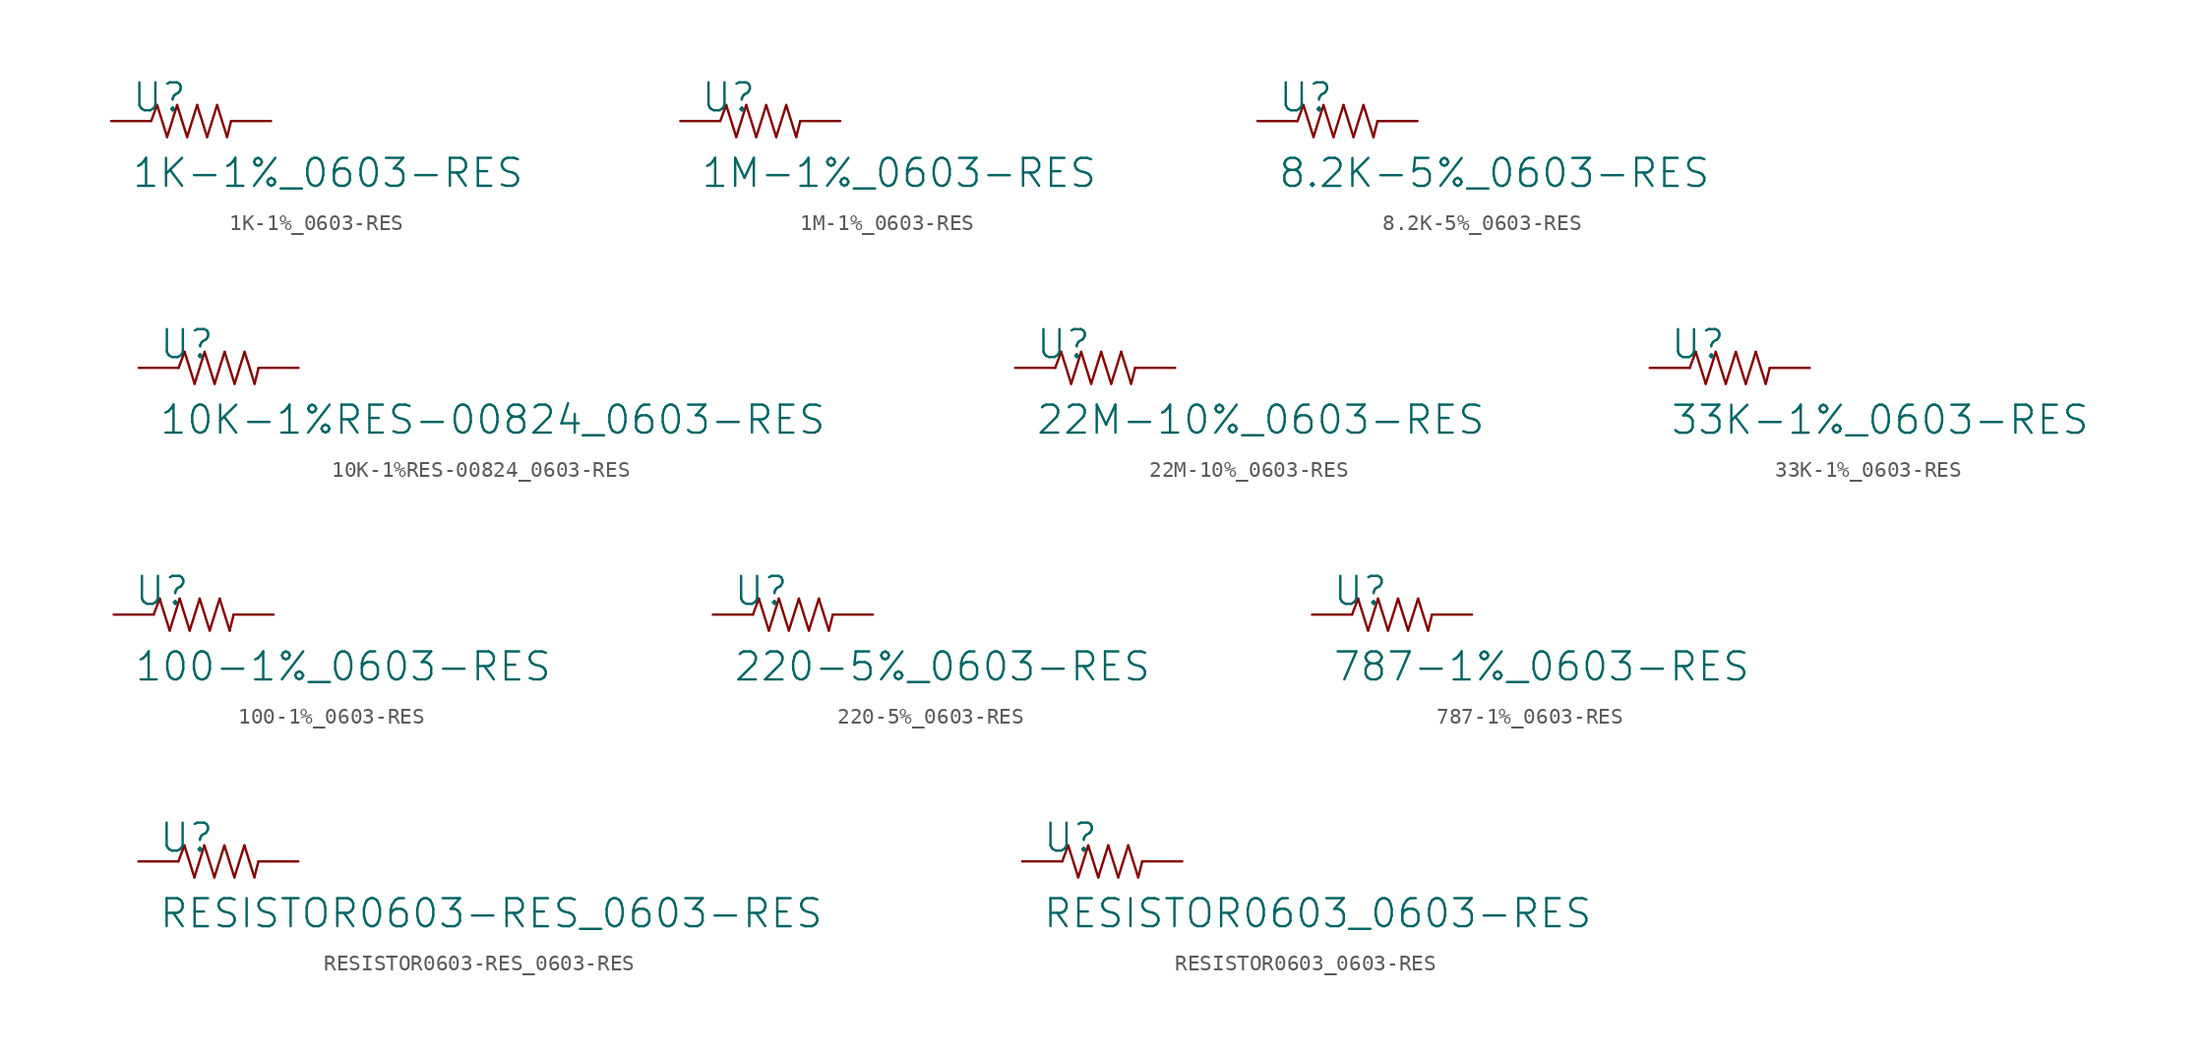
<source format=kicad_sym>
(kicad_symbol_lib
  (version 20211014)
  (generator kicad_symbol_editor)
  (symbol "1K-1%_0603-RES"
    (pin_names
      (offset 2.54))
    (property "Reference" "U"
      (at -3.81 1.499 0)
      (effects (font (size 1.778 1.778)) (justify left)))
    (property "Value" "1K-1%_0603-RES"
      (at -3.81 -3.302 0)
      (effects (font (size 1.778 1.778)) (justify left)))
    (property "Footprint" ""
      (at 0 0 0)
      (effects (font (size 1.524 1.524))))
    (property "Datasheet" ""
      (at 0 0 0)
      (effects (font (size 1.524 1.524))))
    (symbol "1K-1%_0603-RES_0_0"
      (polyline (pts (xy -2.54 0) (xy -2.159 1.016)) (stroke (width 0.152) (type default) (color 0 0 0 0)) (fill (type none)))
      (polyline (pts (xy -2.159 1.016) (xy -1.524 -1.016)) (stroke (width 0.152) (type default) (color 0 0 0 0)) (fill (type none)))
      (polyline (pts (xy -1.524 -1.016) (xy -0.889 1.016)) (stroke (width 0.152) (type default) (color 0 0 0 0)) (fill (type none)))
      (polyline (pts (xy -0.889 1.016) (xy -0.254 -1.016)) (stroke (width 0.152) (type default) (color 0 0 0 0)) (fill (type none)))
      (polyline (pts (xy -0.254 -1.016) (xy 0.381 1.016)) (stroke (width 0.152) (type default) (color 0 0 0 0)) (fill (type none)))
      (polyline (pts (xy 0.381 1.016) (xy 1.016 -1.016)) (stroke (width 0.152) (type default) (color 0 0 0 0)) (fill (type none)))
      (polyline (pts (xy 1.016 -1.016) (xy 1.651 1.016)) (stroke (width 0.152) (type default) (color 0 0 0 0)) (fill (type none)))
      (polyline (pts (xy 1.651 1.016) (xy 2.286 -1.016)) (stroke (width 0.152) (type default) (color 0 0 0 0)) (fill (type none)))
      (polyline (pts (xy 2.286 -1.016) (xy 2.54 0)) (stroke (width 0.152) (type default) (color 0 0 0 0)) (fill (type none)))
      (pin passive line (at -5.08 0 0) (length 2.54) (name "1" (effects (font (size 0 0)))) (number "1" (effects (font (size 0 0)))))
      (pin passive line (at 5.08 0 180) (length 2.54) (name "2" (effects (font (size 0 0)))) (number "2" (effects (font (size 0 0)))))))
  (symbol "1M-1%_0603-RES"
    (pin_names
      (offset 2.54))
    (property "Reference" "U"
      (at -3.81 1.499 0)
      (effects (font (size 1.778 1.778)) (justify left)))
    (property "Value" "1M-1%_0603-RES"
      (at -3.81 -3.302 0)
      (effects (font (size 1.778 1.778)) (justify left)))
    (property "Footprint" ""
      (at 0 0 0)
      (effects (font (size 1.524 1.524))))
    (property "Datasheet" ""
      (at 0 0 0)
      (effects (font (size 1.524 1.524))))
    (symbol "1M-1%_0603-RES_0_0"
      (polyline (pts (xy -2.54 0) (xy -2.159 1.016)) (stroke (width 0.152) (type default) (color 0 0 0 0)) (fill (type none)))
      (polyline (pts (xy -2.159 1.016) (xy -1.524 -1.016)) (stroke (width 0.152) (type default) (color 0 0 0 0)) (fill (type none)))
      (polyline (pts (xy -1.524 -1.016) (xy -0.889 1.016)) (stroke (width 0.152) (type default) (color 0 0 0 0)) (fill (type none)))
      (polyline (pts (xy -0.889 1.016) (xy -0.254 -1.016)) (stroke (width 0.152) (type default) (color 0 0 0 0)) (fill (type none)))
      (polyline (pts (xy -0.254 -1.016) (xy 0.381 1.016)) (stroke (width 0.152) (type default) (color 0 0 0 0)) (fill (type none)))
      (polyline (pts (xy 0.381 1.016) (xy 1.016 -1.016)) (stroke (width 0.152) (type default) (color 0 0 0 0)) (fill (type none)))
      (polyline (pts (xy 1.016 -1.016) (xy 1.651 1.016)) (stroke (width 0.152) (type default) (color 0 0 0 0)) (fill (type none)))
      (polyline (pts (xy 1.651 1.016) (xy 2.286 -1.016)) (stroke (width 0.152) (type default) (color 0 0 0 0)) (fill (type none)))
      (polyline (pts (xy 2.286 -1.016) (xy 2.54 0)) (stroke (width 0.152) (type default) (color 0 0 0 0)) (fill (type none)))
      (pin passive line (at -5.08 0 0) (length 2.54) (name "1" (effects (font (size 0 0)))) (number "1" (effects (font (size 0 0)))))
      (pin passive line (at 5.08 0 180) (length 2.54) (name "2" (effects (font (size 0 0)))) (number "2" (effects (font (size 0 0)))))))
  (symbol "8.2K-5%_0603-RES"
    (pin_names
      (offset 2.54))
    (property "Reference" "U"
      (at -3.81 1.499 0)
      (effects (font (size 1.778 1.778)) (justify left)))
    (property "Value" "8.2K-5%_0603-RES"
      (at -3.81 -3.302 0)
      (effects (font (size 1.778 1.778)) (justify left)))
    (property "Footprint" ""
      (at 0 0 0)
      (effects (font (size 1.524 1.524))))
    (property "Datasheet" ""
      (at 0 0 0)
      (effects (font (size 1.524 1.524))))
    (symbol "8.2K-5%_0603-RES_0_0"
      (polyline (pts (xy -2.54 0) (xy -2.159 1.016)) (stroke (width 0.152) (type default) (color 0 0 0 0)) (fill (type none)))
      (polyline (pts (xy -2.159 1.016) (xy -1.524 -1.016)) (stroke (width 0.152) (type default) (color 0 0 0 0)) (fill (type none)))
      (polyline (pts (xy -1.524 -1.016) (xy -0.889 1.016)) (stroke (width 0.152) (type default) (color 0 0 0 0)) (fill (type none)))
      (polyline (pts (xy -0.889 1.016) (xy -0.254 -1.016)) (stroke (width 0.152) (type default) (color 0 0 0 0)) (fill (type none)))
      (polyline (pts (xy -0.254 -1.016) (xy 0.381 1.016)) (stroke (width 0.152) (type default) (color 0 0 0 0)) (fill (type none)))
      (polyline (pts (xy 0.381 1.016) (xy 1.016 -1.016)) (stroke (width 0.152) (type default) (color 0 0 0 0)) (fill (type none)))
      (polyline (pts (xy 1.016 -1.016) (xy 1.651 1.016)) (stroke (width 0.152) (type default) (color 0 0 0 0)) (fill (type none)))
      (polyline (pts (xy 1.651 1.016) (xy 2.286 -1.016)) (stroke (width 0.152) (type default) (color 0 0 0 0)) (fill (type none)))
      (polyline (pts (xy 2.286 -1.016) (xy 2.54 0)) (stroke (width 0.152) (type default) (color 0 0 0 0)) (fill (type none)))
      (pin passive line (at -5.08 0 0) (length 2.54) (name "1" (effects (font (size 0 0)))) (number "1" (effects (font (size 0 0)))))
      (pin passive line (at 5.08 0 180) (length 2.54) (name "2" (effects (font (size 0 0)))) (number "2" (effects (font (size 0 0)))))))
  (symbol "10K-1%RES-00824_0603-RES"
    (pin_names
      (offset 2.54))
    (property "Reference" "U"
      (at -3.81 1.499 0)
      (effects (font (size 1.778 1.778)) (justify left)))
    (property "Value" "10K-1%RES-00824_0603-RES"
      (at -3.81 -3.302 0)
      (effects (font (size 1.778 1.778)) (justify left)))
    (property "Footprint" ""
      (at 0 0 0)
      (effects (font (size 1.524 1.524))))
    (property "Datasheet" ""
      (at 0 0 0)
      (effects (font (size 1.524 1.524))))
    (symbol "10K-1%RES-00824_0603-RES_0_0"
      (polyline (pts (xy -2.54 0) (xy -2.159 1.016)) (stroke (width 0.152) (type default) (color 0 0 0 0)) (fill (type none)))
      (polyline (pts (xy -2.159 1.016) (xy -1.524 -1.016)) (stroke (width 0.152) (type default) (color 0 0 0 0)) (fill (type none)))
      (polyline (pts (xy -1.524 -1.016) (xy -0.889 1.016)) (stroke (width 0.152) (type default) (color 0 0 0 0)) (fill (type none)))
      (polyline (pts (xy -0.889 1.016) (xy -0.254 -1.016)) (stroke (width 0.152) (type default) (color 0 0 0 0)) (fill (type none)))
      (polyline (pts (xy -0.254 -1.016) (xy 0.381 1.016)) (stroke (width 0.152) (type default) (color 0 0 0 0)) (fill (type none)))
      (polyline (pts (xy 0.381 1.016) (xy 1.016 -1.016)) (stroke (width 0.152) (type default) (color 0 0 0 0)) (fill (type none)))
      (polyline (pts (xy 1.016 -1.016) (xy 1.651 1.016)) (stroke (width 0.152) (type default) (color 0 0 0 0)) (fill (type none)))
      (polyline (pts (xy 1.651 1.016) (xy 2.286 -1.016)) (stroke (width 0.152) (type default) (color 0 0 0 0)) (fill (type none)))
      (polyline (pts (xy 2.286 -1.016) (xy 2.54 0)) (stroke (width 0.152) (type default) (color 0 0 0 0)) (fill (type none)))
      (pin passive line (at -5.08 0 0) (length 2.54) (name "1" (effects (font (size 0 0)))) (number "1" (effects (font (size 0 0)))))
      (pin passive line (at 5.08 0 180) (length 2.54) (name "2" (effects (font (size 0 0)))) (number "2" (effects (font (size 0 0)))))))
  (symbol "22M-10%_0603-RES"
    (pin_names
      (offset 2.54))
    (property "Reference" "U"
      (at -3.81 1.499 0)
      (effects (font (size 1.778 1.778)) (justify left)))
    (property "Value" "22M-10%_0603-RES"
      (at -3.81 -3.302 0)
      (effects (font (size 1.778 1.778)) (justify left)))
    (property "Footprint" ""
      (at 0 0 0)
      (effects (font (size 1.524 1.524))))
    (property "Datasheet" ""
      (at 0 0 0)
      (effects (font (size 1.524 1.524))))
    (symbol "22M-10%_0603-RES_0_0"
      (polyline (pts (xy -2.54 0) (xy -2.159 1.016)) (stroke (width 0.152) (type default) (color 0 0 0 0)) (fill (type none)))
      (polyline (pts (xy -2.159 1.016) (xy -1.524 -1.016)) (stroke (width 0.152) (type default) (color 0 0 0 0)) (fill (type none)))
      (polyline (pts (xy -1.524 -1.016) (xy -0.889 1.016)) (stroke (width 0.152) (type default) (color 0 0 0 0)) (fill (type none)))
      (polyline (pts (xy -0.889 1.016) (xy -0.254 -1.016)) (stroke (width 0.152) (type default) (color 0 0 0 0)) (fill (type none)))
      (polyline (pts (xy -0.254 -1.016) (xy 0.381 1.016)) (stroke (width 0.152) (type default) (color 0 0 0 0)) (fill (type none)))
      (polyline (pts (xy 0.381 1.016) (xy 1.016 -1.016)) (stroke (width 0.152) (type default) (color 0 0 0 0)) (fill (type none)))
      (polyline (pts (xy 1.016 -1.016) (xy 1.651 1.016)) (stroke (width 0.152) (type default) (color 0 0 0 0)) (fill (type none)))
      (polyline (pts (xy 1.651 1.016) (xy 2.286 -1.016)) (stroke (width 0.152) (type default) (color 0 0 0 0)) (fill (type none)))
      (polyline (pts (xy 2.286 -1.016) (xy 2.54 0)) (stroke (width 0.152) (type default) (color 0 0 0 0)) (fill (type none)))
      (pin passive line (at -5.08 0 0) (length 2.54) (name "1" (effects (font (size 0 0)))) (number "1" (effects (font (size 0 0)))))
      (pin passive line (at 5.08 0 180) (length 2.54) (name "2" (effects (font (size 0 0)))) (number "2" (effects (font (size 0 0)))))))
  (symbol "33K-1%_0603-RES"
    (pin_names
      (offset 2.54))
    (property "Reference" "U"
      (at -3.81 1.499 0)
      (effects (font (size 1.778 1.778)) (justify left)))
    (property "Value" "33K-1%_0603-RES"
      (at -3.81 -3.302 0)
      (effects (font (size 1.778 1.778)) (justify left)))
    (property "Footprint" ""
      (at 0 0 0)
      (effects (font (size 1.524 1.524))))
    (property "Datasheet" ""
      (at 0 0 0)
      (effects (font (size 1.524 1.524))))
    (symbol "33K-1%_0603-RES_0_0"
      (polyline (pts (xy -2.54 0) (xy -2.159 1.016)) (stroke (width 0.152) (type default) (color 0 0 0 0)) (fill (type none)))
      (polyline (pts (xy -2.159 1.016) (xy -1.524 -1.016)) (stroke (width 0.152) (type default) (color 0 0 0 0)) (fill (type none)))
      (polyline (pts (xy -1.524 -1.016) (xy -0.889 1.016)) (stroke (width 0.152) (type default) (color 0 0 0 0)) (fill (type none)))
      (polyline (pts (xy -0.889 1.016) (xy -0.254 -1.016)) (stroke (width 0.152) (type default) (color 0 0 0 0)) (fill (type none)))
      (polyline (pts (xy -0.254 -1.016) (xy 0.381 1.016)) (stroke (width 0.152) (type default) (color 0 0 0 0)) (fill (type none)))
      (polyline (pts (xy 0.381 1.016) (xy 1.016 -1.016)) (stroke (width 0.152) (type default) (color 0 0 0 0)) (fill (type none)))
      (polyline (pts (xy 1.016 -1.016) (xy 1.651 1.016)) (stroke (width 0.152) (type default) (color 0 0 0 0)) (fill (type none)))
      (polyline (pts (xy 1.651 1.016) (xy 2.286 -1.016)) (stroke (width 0.152) (type default) (color 0 0 0 0)) (fill (type none)))
      (polyline (pts (xy 2.286 -1.016) (xy 2.54 0)) (stroke (width 0.152) (type default) (color 0 0 0 0)) (fill (type none)))
      (pin passive line (at -5.08 0 0) (length 2.54) (name "1" (effects (font (size 0 0)))) (number "1" (effects (font (size 0 0)))))
      (pin passive line (at 5.08 0 180) (length 2.54) (name "2" (effects (font (size 0 0)))) (number "2" (effects (font (size 0 0)))))))
  (symbol "100-1%_0603-RES"
    (pin_names
      (offset 2.54))
    (property "Reference" "U"
      (at -3.81 1.499 0)
      (effects (font (size 1.778 1.778)) (justify left)))
    (property "Value" "100-1%_0603-RES"
      (at -3.81 -3.302 0)
      (effects (font (size 1.778 1.778)) (justify left)))
    (property "Footprint" ""
      (at 0 0 0)
      (effects (font (size 1.524 1.524))))
    (property "Datasheet" ""
      (at 0 0 0)
      (effects (font (size 1.524 1.524))))
    (symbol "100-1%_0603-RES_0_0"
      (polyline (pts (xy -2.54 0) (xy -2.159 1.016)) (stroke (width 0.152) (type default) (color 0 0 0 0)) (fill (type none)))
      (polyline (pts (xy -2.159 1.016) (xy -1.524 -1.016)) (stroke (width 0.152) (type default) (color 0 0 0 0)) (fill (type none)))
      (polyline (pts (xy -1.524 -1.016) (xy -0.889 1.016)) (stroke (width 0.152) (type default) (color 0 0 0 0)) (fill (type none)))
      (polyline (pts (xy -0.889 1.016) (xy -0.254 -1.016)) (stroke (width 0.152) (type default) (color 0 0 0 0)) (fill (type none)))
      (polyline (pts (xy -0.254 -1.016) (xy 0.381 1.016)) (stroke (width 0.152) (type default) (color 0 0 0 0)) (fill (type none)))
      (polyline (pts (xy 0.381 1.016) (xy 1.016 -1.016)) (stroke (width 0.152) (type default) (color 0 0 0 0)) (fill (type none)))
      (polyline (pts (xy 1.016 -1.016) (xy 1.651 1.016)) (stroke (width 0.152) (type default) (color 0 0 0 0)) (fill (type none)))
      (polyline (pts (xy 1.651 1.016) (xy 2.286 -1.016)) (stroke (width 0.152) (type default) (color 0 0 0 0)) (fill (type none)))
      (polyline (pts (xy 2.286 -1.016) (xy 2.54 0)) (stroke (width 0.152) (type default) (color 0 0 0 0)) (fill (type none)))
      (pin passive line (at -5.08 0 0) (length 2.54) (name "1" (effects (font (size 0 0)))) (number "1" (effects (font (size 0 0)))))
      (pin passive line (at 5.08 0 180) (length 2.54) (name "2" (effects (font (size 0 0)))) (number "2" (effects (font (size 0 0)))))))
  (symbol "220-5%_0603-RES"
    (pin_names
      (offset 2.54))
    (property "Reference" "U"
      (at -3.81 1.499 0)
      (effects (font (size 1.778 1.778)) (justify left)))
    (property "Value" "220-5%_0603-RES"
      (at -3.81 -3.302 0)
      (effects (font (size 1.778 1.778)) (justify left)))
    (property "Footprint" ""
      (at 0 0 0)
      (effects (font (size 1.524 1.524))))
    (property "Datasheet" ""
      (at 0 0 0)
      (effects (font (size 1.524 1.524))))
    (symbol "220-5%_0603-RES_0_0"
      (polyline (pts (xy -2.54 0) (xy -2.159 1.016)) (stroke (width 0.152) (type default) (color 0 0 0 0)) (fill (type none)))
      (polyline (pts (xy -2.159 1.016) (xy -1.524 -1.016)) (stroke (width 0.152) (type default) (color 0 0 0 0)) (fill (type none)))
      (polyline (pts (xy -1.524 -1.016) (xy -0.889 1.016)) (stroke (width 0.152) (type default) (color 0 0 0 0)) (fill (type none)))
      (polyline (pts (xy -0.889 1.016) (xy -0.254 -1.016)) (stroke (width 0.152) (type default) (color 0 0 0 0)) (fill (type none)))
      (polyline (pts (xy -0.254 -1.016) (xy 0.381 1.016)) (stroke (width 0.152) (type default) (color 0 0 0 0)) (fill (type none)))
      (polyline (pts (xy 0.381 1.016) (xy 1.016 -1.016)) (stroke (width 0.152) (type default) (color 0 0 0 0)) (fill (type none)))
      (polyline (pts (xy 1.016 -1.016) (xy 1.651 1.016)) (stroke (width 0.152) (type default) (color 0 0 0 0)) (fill (type none)))
      (polyline (pts (xy 1.651 1.016) (xy 2.286 -1.016)) (stroke (width 0.152) (type default) (color 0 0 0 0)) (fill (type none)))
      (polyline (pts (xy 2.286 -1.016) (xy 2.54 0)) (stroke (width 0.152) (type default) (color 0 0 0 0)) (fill (type none)))
      (pin passive line (at -5.08 0 0) (length 2.54) (name "1" (effects (font (size 0 0)))) (number "1" (effects (font (size 0 0)))))
      (pin passive line (at 5.08 0 180) (length 2.54) (name "2" (effects (font (size 0 0)))) (number "2" (effects (font (size 0 0)))))))
  (symbol "787-1%_0603-RES"
    (pin_names
      (offset 2.54))
    (property "Reference" "U"
      (at -3.81 1.499 0)
      (effects (font (size 1.778 1.778)) (justify left)))
    (property "Value" "787-1%_0603-RES"
      (at -3.81 -3.302 0)
      (effects (font (size 1.778 1.778)) (justify left)))
    (property "Footprint" ""
      (at 0 0 0)
      (effects (font (size 1.524 1.524))))
    (property "Datasheet" ""
      (at 0 0 0)
      (effects (font (size 1.524 1.524))))
    (symbol "787-1%_0603-RES_0_0"
      (polyline (pts (xy -2.54 0) (xy -2.159 1.016)) (stroke (width 0.152) (type default) (color 0 0 0 0)) (fill (type none)))
      (polyline (pts (xy -2.159 1.016) (xy -1.524 -1.016)) (stroke (width 0.152) (type default) (color 0 0 0 0)) (fill (type none)))
      (polyline (pts (xy -1.524 -1.016) (xy -0.889 1.016)) (stroke (width 0.152) (type default) (color 0 0 0 0)) (fill (type none)))
      (polyline (pts (xy -0.889 1.016) (xy -0.254 -1.016)) (stroke (width 0.152) (type default) (color 0 0 0 0)) (fill (type none)))
      (polyline (pts (xy -0.254 -1.016) (xy 0.381 1.016)) (stroke (width 0.152) (type default) (color 0 0 0 0)) (fill (type none)))
      (polyline (pts (xy 0.381 1.016) (xy 1.016 -1.016)) (stroke (width 0.152) (type default) (color 0 0 0 0)) (fill (type none)))
      (polyline (pts (xy 1.016 -1.016) (xy 1.651 1.016)) (stroke (width 0.152) (type default) (color 0 0 0 0)) (fill (type none)))
      (polyline (pts (xy 1.651 1.016) (xy 2.286 -1.016)) (stroke (width 0.152) (type default) (color 0 0 0 0)) (fill (type none)))
      (polyline (pts (xy 2.286 -1.016) (xy 2.54 0)) (stroke (width 0.152) (type default) (color 0 0 0 0)) (fill (type none)))
      (pin passive line (at -5.08 0 0) (length 2.54) (name "1" (effects (font (size 0 0)))) (number "1" (effects (font (size 0 0)))))
      (pin passive line (at 5.08 0 180) (length 2.54) (name "2" (effects (font (size 0 0)))) (number "2" (effects (font (size 0 0)))))))
  (symbol "RESISTOR0603-RES_0603-RES"
    (pin_names
      (offset 2.54))
    (property "Reference" "U"
      (at -3.81 1.499 0)
      (effects (font (size 1.778 1.778)) (justify left)))
    (property "Value" "RESISTOR0603-RES_0603-RES"
      (at -3.81 -3.302 0)
      (effects (font (size 1.778 1.778)) (justify left)))
    (property "Footprint" ""
      (at 0 0 0)
      (effects (font (size 1.524 1.524))))
    (property "Datasheet" ""
      (at 0 0 0)
      (effects (font (size 1.524 1.524))))
    (symbol "RESISTOR0603-RES_0603-RES_0_0"
      (polyline (pts (xy -2.54 0) (xy -2.159 1.016)) (stroke (width 0.152) (type default) (color 0 0 0 0)) (fill (type none)))
      (polyline (pts (xy -2.159 1.016) (xy -1.524 -1.016)) (stroke (width 0.152) (type default) (color 0 0 0 0)) (fill (type none)))
      (polyline (pts (xy -1.524 -1.016) (xy -0.889 1.016)) (stroke (width 0.152) (type default) (color 0 0 0 0)) (fill (type none)))
      (polyline (pts (xy -0.889 1.016) (xy -0.254 -1.016)) (stroke (width 0.152) (type default) (color 0 0 0 0)) (fill (type none)))
      (polyline (pts (xy -0.254 -1.016) (xy 0.381 1.016)) (stroke (width 0.152) (type default) (color 0 0 0 0)) (fill (type none)))
      (polyline (pts (xy 0.381 1.016) (xy 1.016 -1.016)) (stroke (width 0.152) (type default) (color 0 0 0 0)) (fill (type none)))
      (polyline (pts (xy 1.016 -1.016) (xy 1.651 1.016)) (stroke (width 0.152) (type default) (color 0 0 0 0)) (fill (type none)))
      (polyline (pts (xy 1.651 1.016) (xy 2.286 -1.016)) (stroke (width 0.152) (type default) (color 0 0 0 0)) (fill (type none)))
      (polyline (pts (xy 2.286 -1.016) (xy 2.54 0)) (stroke (width 0.152) (type default) (color 0 0 0 0)) (fill (type none)))
      (pin passive line (at -5.08 0 0) (length 2.54) (name "1" (effects (font (size 0 0)))) (number "1" (effects (font (size 0 0)))))
      (pin passive line (at 5.08 0 180) (length 2.54) (name "2" (effects (font (size 0 0)))) (number "2" (effects (font (size 0 0)))))))
  (symbol "RESISTOR0603_0603-RES"
    (pin_names
      (offset 2.54))
    (property "Reference" "U"
      (at -3.81 1.499 0)
      (effects (font (size 1.778 1.778)) (justify left)))
    (property "Value" "RESISTOR0603_0603-RES"
      (at -3.81 -3.302 0)
      (effects (font (size 1.778 1.778)) (justify left)))
    (property "Footprint" ""
      (at 0 0 0)
      (effects (font (size 1.524 1.524))))
    (property "Datasheet" ""
      (at 0 0 0)
      (effects (font (size 1.524 1.524))))
    (symbol "RESISTOR0603_0603-RES_0_0"
      (polyline (pts (xy -2.54 0) (xy -2.159 1.016)) (stroke (width 0.152) (type default) (color 0 0 0 0)) (fill (type none)))
      (polyline (pts (xy -2.159 1.016) (xy -1.524 -1.016)) (stroke (width 0.152) (type default) (color 0 0 0 0)) (fill (type none)))
      (polyline (pts (xy -1.524 -1.016) (xy -0.889 1.016)) (stroke (width 0.152) (type default) (color 0 0 0 0)) (fill (type none)))
      (polyline (pts (xy -0.889 1.016) (xy -0.254 -1.016)) (stroke (width 0.152) (type default) (color 0 0 0 0)) (fill (type none)))
      (polyline (pts (xy -0.254 -1.016) (xy 0.381 1.016)) (stroke (width 0.152) (type default) (color 0 0 0 0)) (fill (type none)))
      (polyline (pts (xy 0.381 1.016) (xy 1.016 -1.016)) (stroke (width 0.152) (type default) (color 0 0 0 0)) (fill (type none)))
      (polyline (pts (xy 1.016 -1.016) (xy 1.651 1.016)) (stroke (width 0.152) (type default) (color 0 0 0 0)) (fill (type none)))
      (polyline (pts (xy 1.651 1.016) (xy 2.286 -1.016)) (stroke (width 0.152) (type default) (color 0 0 0 0)) (fill (type none)))
      (polyline (pts (xy 2.286 -1.016) (xy 2.54 0)) (stroke (width 0.152) (type default) (color 0 0 0 0)) (fill (type none)))
      (pin passive line (at -5.08 0 0) (length 2.54) (name "1" (effects (font (size 0 0)))) (number "1" (effects (font (size 0 0)))))
      (pin passive line (at 5.08 0 180) (length 2.54) (name "2" (effects (font (size 0 0)))) (number "2" (effects (font (size 0 0))))))))
</source>
